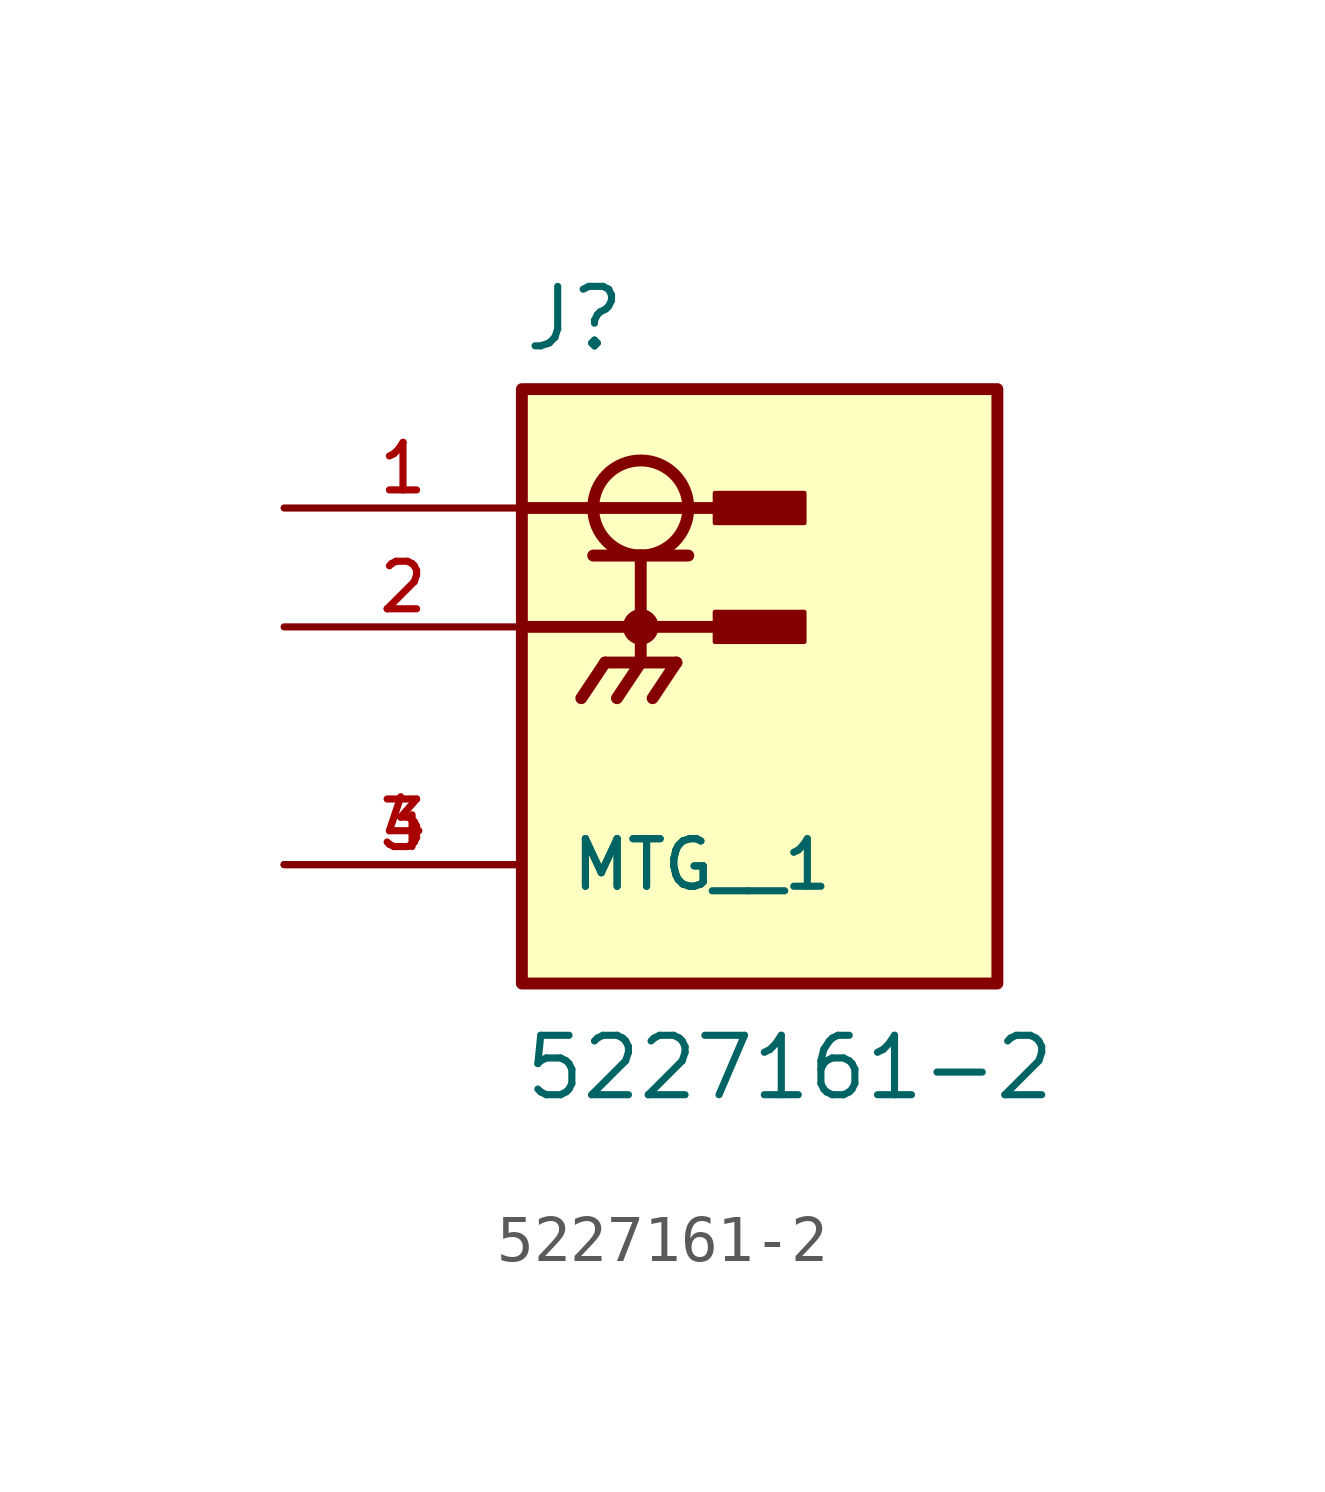
<source format=kicad_sym>
(kicad_symbol_lib
  (version 20211014)
  (generator kicad_symbol_editor)
  (symbol "5227161-2"
    (pin_names
      (offset 1.016))
    (property "Reference" "J"
      (at 5.08 3.302 0)
      (effects (font (size 1.27 1.27)) (justify bottom left)))
    (property "Value" "5227161-2"
      (at 5.08 -12.7 0)
      (effects (font (size 1.27 1.27)) (justify bottom left)))
    (symbol "5227161-2_0_0"
      (circle (center 7.62 0.0) (radius 1.016) (stroke (width 0.254)) (fill (type none)))
      (polyline (pts (xy 8.636 -1.016) (xy 7.62 -1.016)) (stroke (width 0.254)))
      (polyline (pts (xy 7.62 -1.016) (xy 6.604 -1.016)) (stroke (width 0.254)))
      (circle (center 7.62 -2.54) (radius 0.254) (stroke (width 0.254)) (fill (type none)))
      (polyline (pts (xy 10.16 0.0) (xy 5.08 0.0)) (stroke (width 0.254)))
      (polyline (pts (xy 10.16 -2.54) (xy 5.08 -2.54)) (stroke (width 0.254)))
      (polyline (pts (xy 7.62 -1.016) (xy 7.62 -3.302)) (stroke (width 0.254)))
      (polyline (pts (xy 7.62 -3.302) (xy 6.858 -3.302)) (stroke (width 0.254)))
      (polyline (pts (xy 7.62 -3.302) (xy 8.382 -3.302)) (stroke (width 0.254)))
      (polyline (pts (xy 6.858 -3.302) (xy 6.35 -4.064)) (stroke (width 0.254)))
      (polyline (pts (xy 7.62 -3.302) (xy 7.112 -4.064)) (stroke (width 0.254)))
      (polyline (pts (xy 8.382 -3.302) (xy 7.874 -4.064)) (stroke (width 0.254)))
      (rectangle (start 9.207 -0.318) (end 11.113 0.318) (stroke (width 0.1)) (fill (type outline)))
      (rectangle (start 9.207 -2.857) (end 11.113 -2.223) (stroke (width 0.1)) (fill (type outline)))
      (rectangle (start 5.08 -10.16) (end 15.24 2.54) (stroke (width 0.254)) (fill (type background)))
      (pin passive line (at 0.0 0.0 0) (length 5.08) (name "~" (effects (font (size 1.016 1.016)))) (number "1" (effects (font (size 1.016 1.016)))))
      (pin power_in line (at 0.0 -2.54 0) (length 5.08) (name "~" (effects (font (size 1.016 1.016)))) (number "2" (effects (font (size 1.016 1.016)))))
      (pin passive line (at 0.0 -7.62 0) (length 5.08) (name "MTG" (effects (font (size 1.016 1.016)))) (number "3" (effects (font (size 1.016 1.016)))))
      (pin passive line (at 0.0 -7.62 0) (length 5.08) (name "MTG__1" (effects (font (size 1.016 1.016)))) (number "4" (effects (font (size 1.016 1.016))))))))
</source>
